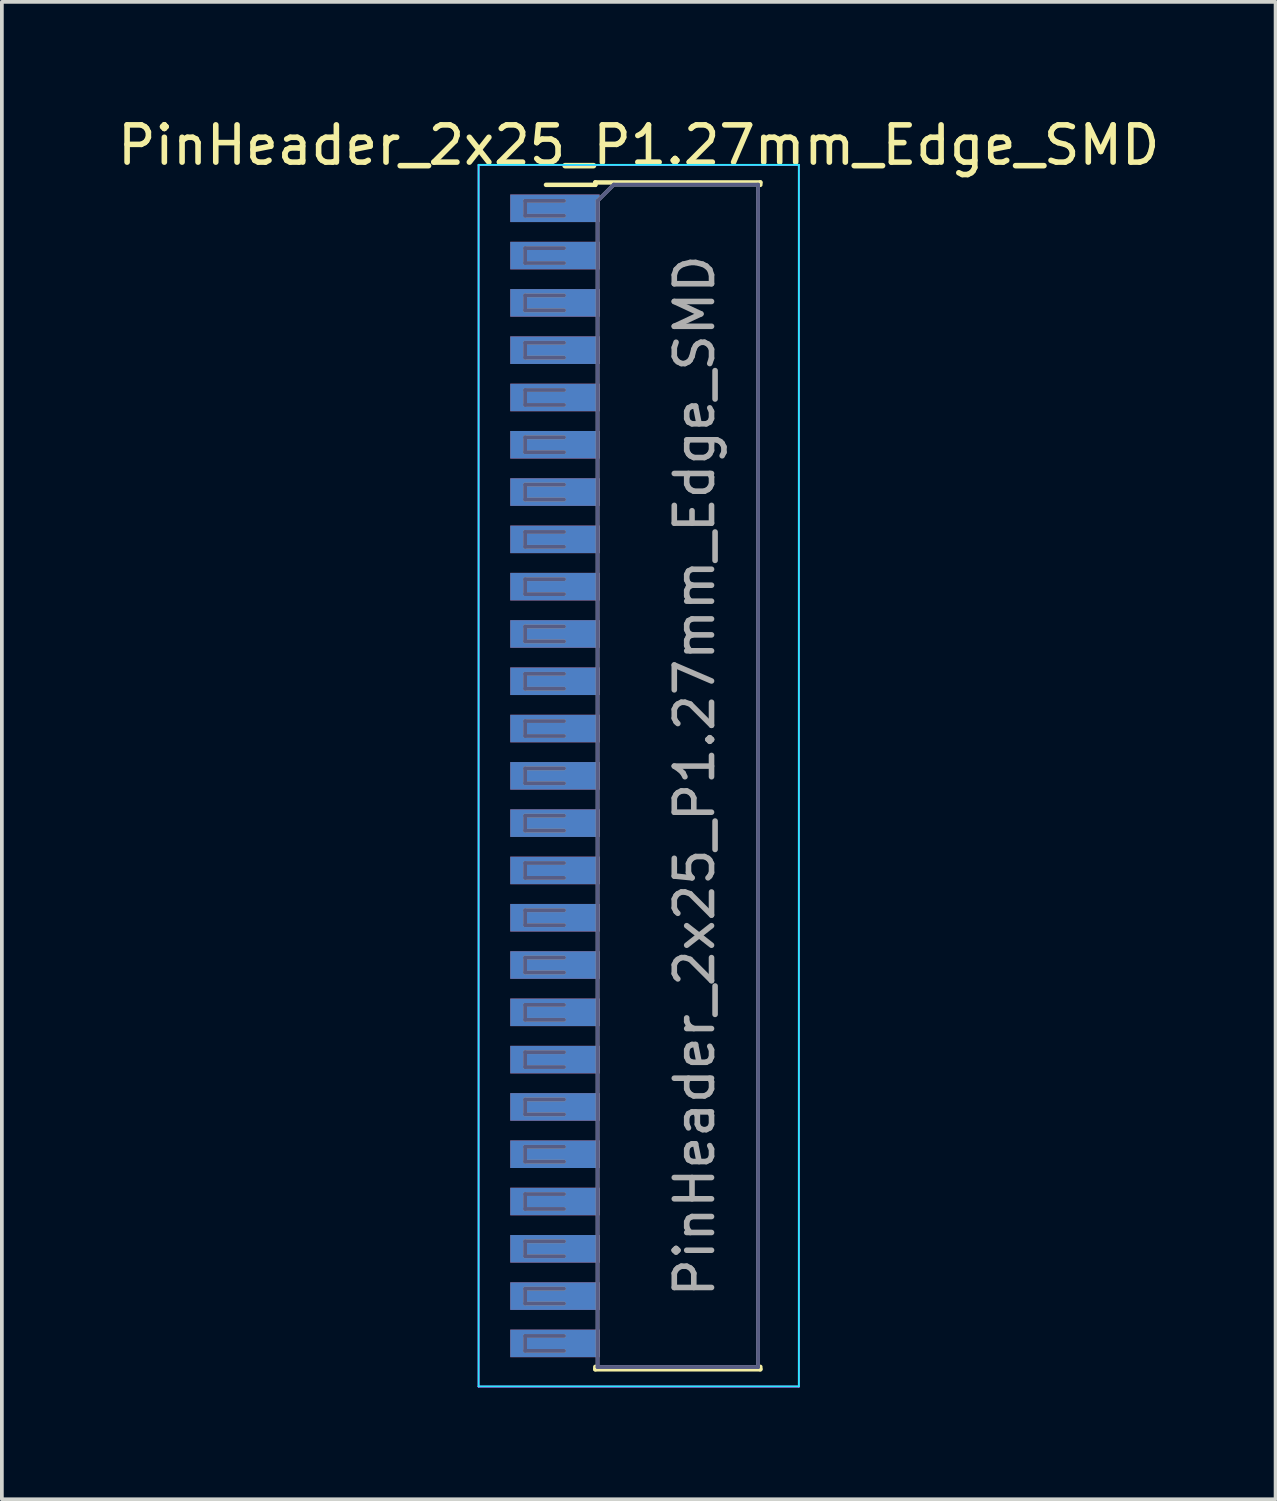
<source format=kicad_pcb>
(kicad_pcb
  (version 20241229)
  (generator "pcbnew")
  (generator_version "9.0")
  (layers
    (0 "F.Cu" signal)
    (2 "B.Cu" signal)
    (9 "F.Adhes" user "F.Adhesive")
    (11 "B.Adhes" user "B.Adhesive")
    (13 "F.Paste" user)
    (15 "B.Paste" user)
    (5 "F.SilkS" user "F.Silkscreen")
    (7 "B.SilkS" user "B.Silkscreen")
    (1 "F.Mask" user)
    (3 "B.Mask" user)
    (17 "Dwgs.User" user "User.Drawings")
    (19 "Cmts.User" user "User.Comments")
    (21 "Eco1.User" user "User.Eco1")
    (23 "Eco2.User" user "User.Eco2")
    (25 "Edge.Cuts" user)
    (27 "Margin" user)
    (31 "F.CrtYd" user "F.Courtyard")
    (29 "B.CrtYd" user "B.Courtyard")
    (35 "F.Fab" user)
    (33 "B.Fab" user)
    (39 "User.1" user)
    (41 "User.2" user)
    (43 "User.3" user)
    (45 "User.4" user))
  (footprint "PinHeader_2x25_P1.27mm_Edge_SMD"
    (layer "F.Cu")
    (at 14.101 17.783)
    (property "Reference" "PinHeader_2x25_P1.27mm_Edge_SMD" (at 0 -16.935 0) (layer "F.SilkS") (effects (font (size 1 1) (thickness 0.15))))
    (attr smd)
    (fp_line (start -2.49 -15.87) (end -1.165 -15.87) (stroke (width 0.12) (type solid)) (layer "F.SilkS"))
    (fp_line (start -1.165 -15.935) (end -1.165 -15.87) (stroke (width 0.12) (type solid)) (layer "F.SilkS"))
    (fp_line (start -1.165 -15.935) (end 3.265 -15.935) (stroke (width 0.12) (type solid)) (layer "F.SilkS"))
    (fp_line (start -1.165 15.87) (end -1.165 15.935) (stroke (width 0.12) (type solid)) (layer "F.SilkS"))
    (fp_line (start -1.165 15.935) (end 3.265 15.935) (stroke (width 0.12) (type solid)) (layer "F.SilkS"))
    (fp_line (start 3.265 -15.935) (end 3.265 -15.87) (stroke (width 0.12) (type solid)) (layer "F.SilkS"))
    (fp_line (start 3.265 15.87) (end 3.265 15.935) (stroke (width 0.12) (type solid)) (layer "F.SilkS"))
    (fp_line (start -4.3 -16.406) (end 4.3 -16.406) (stroke (width 0.05) (type solid)) (layer "B.CrtYd"))
    (fp_line (start -4.3 16.394) (end -4.3 -16.406) (stroke (width 0.05) (type solid)) (layer "B.CrtYd"))
    (fp_line (start 4.3 -16.406) (end 4.3 16.394) (stroke (width 0.05) (type solid)) (layer "B.CrtYd"))
    (fp_line (start 4.3 16.394) (end -4.3 16.394) (stroke (width 0.05) (type solid)) (layer "B.CrtYd"))
    (fp_line (start -4.3 -16.4) (end -4.3 16.4) (stroke (width 0.05) (type solid)) (layer "F.CrtYd"))
    (fp_line (start -4.3 16.4) (end 4.3 16.4) (stroke (width 0.05) (type solid)) (layer "F.CrtYd"))
    (fp_line (start 4.3 -16.4) (end -4.3 -16.4) (stroke (width 0.05) (type solid)) (layer "F.CrtYd"))
    (fp_line (start 4.3 16.4) (end 4.3 -16.4) (stroke (width 0.05) (type solid)) (layer "F.CrtYd"))
    (fp_line (start -3.05 -15.44) (end -3.05 -15.04) (stroke (width 0.1) (type solid)) (layer "B.Fab"))
    (fp_line (start -3.05 -15.04) (end -2.005 -15.04) (stroke (width 0.1) (type solid)) (layer "B.Fab"))
    (fp_line (start -3.05 -14.17) (end -3.05 -13.77) (stroke (width 0.1) (type solid)) (layer "B.Fab"))
    (fp_line (start -3.05 -13.77) (end -2.005 -13.77) (stroke (width 0.1) (type solid)) (layer "B.Fab"))
    (fp_line (start -3.05 -12.9) (end -3.05 -12.5) (stroke (width 0.1) (type solid)) (layer "B.Fab"))
    (fp_line (start -3.05 -12.5) (end -2.005 -12.5) (stroke (width 0.1) (type solid)) (layer "B.Fab"))
    (fp_line (start -3.05 -11.63) (end -3.05 -11.23) (stroke (width 0.1) (type solid)) (layer "B.Fab"))
    (fp_line (start -3.05 -11.23) (end -2.005 -11.23) (stroke (width 0.1) (type solid)) (layer "B.Fab"))
    (fp_line (start -3.05 -10.36) (end -3.05 -9.96) (stroke (width 0.1) (type solid)) (layer "B.Fab"))
    (fp_line (start -3.05 -9.96) (end -2.005 -9.96) (stroke (width 0.1) (type solid)) (layer "B.Fab"))
    (fp_line (start -3.05 -9.09) (end -3.05 -8.69) (stroke (width 0.1) (type solid)) (layer "B.Fab"))
    (fp_line (start -3.05 -8.69) (end -2.005 -8.69) (stroke (width 0.1) (type solid)) (layer "B.Fab"))
    (fp_line (start -3.05 -7.82) (end -3.05 -7.42) (stroke (width 0.1) (type solid)) (layer "B.Fab"))
    (fp_line (start -3.05 -7.42) (end -2.005 -7.42) (stroke (width 0.1) (type solid)) (layer "B.Fab"))
    (fp_line (start -3.05 -6.55) (end -3.05 -6.15) (stroke (width 0.1) (type solid)) (layer "B.Fab"))
    (fp_line (start -3.05 -6.15) (end -2.005 -6.15) (stroke (width 0.1) (type solid)) (layer "B.Fab"))
    (fp_line (start -3.05 -5.28) (end -3.05 -4.88) (stroke (width 0.1) (type solid)) (layer "B.Fab"))
    (fp_line (start -3.05 -4.88) (end -2.005 -4.88) (stroke (width 0.1) (type solid)) (layer "B.Fab"))
    (fp_line (start -3.05 -4.01) (end -3.05 -3.61) (stroke (width 0.1) (type solid)) (layer "B.Fab"))
    (fp_line (start -3.05 -3.61) (end -2.005 -3.61) (stroke (width 0.1) (type solid)) (layer "B.Fab"))
    (fp_line (start -3.05 -2.74) (end -3.05 -2.34) (stroke (width 0.1) (type solid)) (layer "B.Fab"))
    (fp_line (start -3.05 -2.34) (end -2.005 -2.34) (stroke (width 0.1) (type solid)) (layer "B.Fab"))
    (fp_line (start -3.05 -1.47) (end -3.05 -1.07) (stroke (width 0.1) (type solid)) (layer "B.Fab"))
    (fp_line (start -3.05 -1.07) (end -2.005 -1.07) (stroke (width 0.1) (type solid)) (layer "B.Fab"))
    (fp_line (start -3.05 -0.2) (end -3.05 0.2) (stroke (width 0.1) (type solid)) (layer "B.Fab"))
    (fp_line (start -3.05 0.2) (end -2.005 0.2) (stroke (width 0.1) (type solid)) (layer "B.Fab"))
    (fp_line (start -3.05 1.07) (end -3.05 1.47) (stroke (width 0.1) (type solid)) (layer "B.Fab"))
    (fp_line (start -3.05 1.47) (end -2.005 1.47) (stroke (width 0.1) (type solid)) (layer "B.Fab"))
    (fp_line (start -3.05 2.34) (end -3.05 2.74) (stroke (width 0.1) (type solid)) (layer "B.Fab"))
    (fp_line (start -3.05 2.74) (end -2.005 2.74) (stroke (width 0.1) (type solid)) (layer "B.Fab"))
    (fp_line (start -3.05 3.61) (end -3.05 4.01) (stroke (width 0.1) (type solid)) (layer "B.Fab"))
    (fp_line (start -3.05 4.01) (end -2.005 4.01) (stroke (width 0.1) (type solid)) (layer "B.Fab"))
    (fp_line (start -3.05 4.88) (end -3.05 5.28) (stroke (width 0.1) (type solid)) (layer "B.Fab"))
    (fp_line (start -3.05 5.28) (end -2.005 5.28) (stroke (width 0.1) (type solid)) (layer "B.Fab"))
    (fp_line (start -3.05 6.15) (end -3.05 6.55) (stroke (width 0.1) (type solid)) (layer "B.Fab"))
    (fp_line (start -3.05 6.55) (end -2.005 6.55) (stroke (width 0.1) (type solid)) (layer "B.Fab"))
    (fp_line (start -3.05 7.42) (end -3.05 7.82) (stroke (width 0.1) (type solid)) (layer "B.Fab"))
    (fp_line (start -3.05 7.82) (end -2.005 7.82) (stroke (width 0.1) (type solid)) (layer "B.Fab"))
    (fp_line (start -3.05 8.69) (end -3.05 9.09) (stroke (width 0.1) (type solid)) (layer "B.Fab"))
    (fp_line (start -3.05 9.09) (end -2.005 9.09) (stroke (width 0.1) (type solid)) (layer "B.Fab"))
    (fp_line (start -3.05 9.96) (end -3.05 10.36) (stroke (width 0.1) (type solid)) (layer "B.Fab"))
    (fp_line (start -3.05 10.36) (end -2.005 10.36) (stroke (width 0.1) (type solid)) (layer "B.Fab"))
    (fp_line (start -3.05 11.23) (end -3.05 11.63) (stroke (width 0.1) (type solid)) (layer "B.Fab"))
    (fp_line (start -3.05 11.63) (end -2.005 11.63) (stroke (width 0.1) (type solid)) (layer "B.Fab"))
    (fp_line (start -3.05 12.5) (end -3.05 12.9) (stroke (width 0.1) (type solid)) (layer "B.Fab"))
    (fp_line (start -3.05 12.9) (end -2.005 12.9) (stroke (width 0.1) (type solid)) (layer "B.Fab"))
    (fp_line (start -3.05 13.77) (end -3.05 14.17) (stroke (width 0.1) (type solid)) (layer "B.Fab"))
    (fp_line (start -3.05 14.17) (end -2.005 14.17) (stroke (width 0.1) (type solid)) (layer "B.Fab"))
    (fp_line (start -3.05 15.04) (end -3.05 15.44) (stroke (width 0.1) (type solid)) (layer "B.Fab"))
    (fp_line (start -3.05 15.44) (end -2.005 15.44) (stroke (width 0.1) (type solid)) (layer "B.Fab"))
    (fp_line (start -2.005 -15.44) (end -3.05 -15.44) (stroke (width 0.1) (type solid)) (layer "B.Fab"))
    (fp_line (start -2.005 -14.17) (end -3.05 -14.17) (stroke (width 0.1) (type solid)) (layer "B.Fab"))
    (fp_line (start -2.005 -12.9) (end -3.05 -12.9) (stroke (width 0.1) (type solid)) (layer "B.Fab"))
    (fp_line (start -2.005 -11.63) (end -3.05 -11.63) (stroke (width 0.1) (type solid)) (layer "B.Fab"))
    (fp_line (start -2.005 -10.36) (end -3.05 -10.36) (stroke (width 0.1) (type solid)) (layer "B.Fab"))
    (fp_line (start -2.005 -9.09) (end -3.05 -9.09) (stroke (width 0.1) (type solid)) (layer "B.Fab"))
    (fp_line (start -2.005 -7.82) (end -3.05 -7.82) (stroke (width 0.1) (type solid)) (layer "B.Fab"))
    (fp_line (start -2.005 -6.55) (end -3.05 -6.55) (stroke (width 0.1) (type solid)) (layer "B.Fab"))
    (fp_line (start -2.005 -5.28) (end -3.05 -5.28) (stroke (width 0.1) (type solid)) (layer "B.Fab"))
    (fp_line (start -2.005 -4.01) (end -3.05 -4.01) (stroke (width 0.1) (type solid)) (layer "B.Fab"))
    (fp_line (start -2.005 -2.74) (end -3.05 -2.74) (stroke (width 0.1) (type solid)) (layer "B.Fab"))
    (fp_line (start -2.005 -1.47) (end -3.05 -1.47) (stroke (width 0.1) (type solid)) (layer "B.Fab"))
    (fp_line (start -2.005 -0.2) (end -3.05 -0.2) (stroke (width 0.1) (type solid)) (layer "B.Fab"))
    (fp_line (start -2.005 1.07) (end -3.05 1.07) (stroke (width 0.1) (type solid)) (layer "B.Fab"))
    (fp_line (start -2.005 2.34) (end -3.05 2.34) (stroke (width 0.1) (type solid)) (layer "B.Fab"))
    (fp_line (start -2.005 3.61) (end -3.05 3.61) (stroke (width 0.1) (type solid)) (layer "B.Fab"))
    (fp_line (start -2.005 4.88) (end -3.05 4.88) (stroke (width 0.1) (type solid)) (layer "B.Fab"))
    (fp_line (start -2.005 6.15) (end -3.05 6.15) (stroke (width 0.1) (type solid)) (layer "B.Fab"))
    (fp_line (start -2.005 7.42) (end -3.05 7.42) (stroke (width 0.1) (type solid)) (layer "B.Fab"))
    (fp_line (start -2.005 8.69) (end -3.05 8.69) (stroke (width 0.1) (type solid)) (layer "B.Fab"))
    (fp_line (start -2.005 9.96) (end -3.05 9.96) (stroke (width 0.1) (type solid)) (layer "B.Fab"))
    (fp_line (start -2.005 11.23) (end -3.05 11.23) (stroke (width 0.1) (type solid)) (layer "B.Fab"))
    (fp_line (start -2.005 12.5) (end -3.05 12.5) (stroke (width 0.1) (type solid)) (layer "B.Fab"))
    (fp_line (start -2.005 13.77) (end -3.05 13.77) (stroke (width 0.1) (type solid)) (layer "B.Fab"))
    (fp_line (start -2.005 15.04) (end -3.05 15.04) (stroke (width 0.1) (type solid)) (layer "B.Fab"))
    (fp_line (start -1.105 -15.44) (end -1.105 15.875) (stroke (width 0.1) (type solid)) (layer "B.Fab"))
    (fp_line (start -1.105 15.875) (end 3.205 15.875) (stroke (width 0.1) (type solid)) (layer "B.Fab"))
    (fp_line (start -0.67 -15.875) (end -1.105 -15.44) (stroke (width 0.1) (type solid)) (layer "B.Fab"))
    (fp_line (start 3.205 -15.875) (end -0.67 -15.875) (stroke (width 0.1) (type solid)) (layer "B.Fab"))
    (fp_line (start 3.205 15.875) (end 3.205 -15.875) (stroke (width 0.1) (type solid)) (layer "B.Fab"))
    (fp_line (start -3.05 -15.44) (end -3.05 -15.04) (stroke (width 0.1) (type solid)) (layer "F.Fab"))
    (fp_line (start -3.05 -15.04) (end -2.005 -15.04) (stroke (width 0.1) (type solid)) (layer "F.Fab"))
    (fp_line (start -3.05 -14.17) (end -3.05 -13.77) (stroke (width 0.1) (type solid)) (layer "F.Fab"))
    (fp_line (start -3.05 -13.77) (end -2.005 -13.77) (stroke (width 0.1) (type solid)) (layer "F.Fab"))
    (fp_line (start -3.05 -12.9) (end -3.05 -12.5) (stroke (width 0.1) (type solid)) (layer "F.Fab"))
    (fp_line (start -3.05 -12.5) (end -2.005 -12.5) (stroke (width 0.1) (type solid)) (layer "F.Fab"))
    (fp_line (start -3.05 -11.63) (end -3.05 -11.23) (stroke (width 0.1) (type solid)) (layer "F.Fab"))
    (fp_line (start -3.05 -11.23) (end -2.005 -11.23) (stroke (width 0.1) (type solid)) (layer "F.Fab"))
    (fp_line (start -3.05 -10.36) (end -3.05 -9.96) (stroke (width 0.1) (type solid)) (layer "F.Fab"))
    (fp_line (start -3.05 -9.96) (end -2.005 -9.96) (stroke (width 0.1) (type solid)) (layer "F.Fab"))
    (fp_line (start -3.05 -9.09) (end -3.05 -8.69) (stroke (width 0.1) (type solid)) (layer "F.Fab"))
    (fp_line (start -3.05 -8.69) (end -2.005 -8.69) (stroke (width 0.1) (type solid)) (layer "F.Fab"))
    (fp_line (start -3.05 -7.82) (end -3.05 -7.42) (stroke (width 0.1) (type solid)) (layer "F.Fab"))
    (fp_line (start -3.05 -7.42) (end -2.005 -7.42) (stroke (width 0.1) (type solid)) (layer "F.Fab"))
    (fp_line (start -3.05 -6.55) (end -3.05 -6.15) (stroke (width 0.1) (type solid)) (layer "F.Fab"))
    (fp_line (start -3.05 -6.15) (end -2.005 -6.15) (stroke (width 0.1) (type solid)) (layer "F.Fab"))
    (fp_line (start -3.05 -5.28) (end -3.05 -4.88) (stroke (width 0.1) (type solid)) (layer "F.Fab"))
    (fp_line (start -3.05 -4.88) (end -2.005 -4.88) (stroke (width 0.1) (type solid)) (layer "F.Fab"))
    (fp_line (start -3.05 -4.01) (end -3.05 -3.61) (stroke (width 0.1) (type solid)) (layer "F.Fab"))
    (fp_line (start -3.05 -3.61) (end -2.005 -3.61) (stroke (width 0.1) (type solid)) (layer "F.Fab"))
    (fp_line (start -3.05 -2.74) (end -3.05 -2.34) (stroke (width 0.1) (type solid)) (layer "F.Fab"))
    (fp_line (start -3.05 -2.34) (end -2.005 -2.34) (stroke (width 0.1) (type solid)) (layer "F.Fab"))
    (fp_line (start -3.05 -1.47) (end -3.05 -1.07) (stroke (width 0.1) (type solid)) (layer "F.Fab"))
    (fp_line (start -3.05 -1.07) (end -2.005 -1.07) (stroke (width 0.1) (type solid)) (layer "F.Fab"))
    (fp_line (start -3.05 -0.2) (end -3.05 0.2) (stroke (width 0.1) (type solid)) (layer "F.Fab"))
    (fp_line (start -3.05 0.2) (end -2.005 0.2) (stroke (width 0.1) (type solid)) (layer "F.Fab"))
    (fp_line (start -3.05 1.07) (end -3.05 1.47) (stroke (width 0.1) (type solid)) (layer "F.Fab"))
    (fp_line (start -3.05 1.47) (end -2.005 1.47) (stroke (width 0.1) (type solid)) (layer "F.Fab"))
    (fp_line (start -3.05 2.34) (end -3.05 2.74) (stroke (width 0.1) (type solid)) (layer "F.Fab"))
    (fp_line (start -3.05 2.74) (end -2.005 2.74) (stroke (width 0.1) (type solid)) (layer "F.Fab"))
    (fp_line (start -3.05 3.61) (end -3.05 4.01) (stroke (width 0.1) (type solid)) (layer "F.Fab"))
    (fp_line (start -3.05 4.01) (end -2.005 4.01) (stroke (width 0.1) (type solid)) (layer "F.Fab"))
    (fp_line (start -3.05 4.88) (end -3.05 5.28) (stroke (width 0.1) (type solid)) (layer "F.Fab"))
    (fp_line (start -3.05 5.28) (end -2.005 5.28) (stroke (width 0.1) (type solid)) (layer "F.Fab"))
    (fp_line (start -3.05 6.15) (end -3.05 6.55) (stroke (width 0.1) (type solid)) (layer "F.Fab"))
    (fp_line (start -3.05 6.55) (end -2.005 6.55) (stroke (width 0.1) (type solid)) (layer "F.Fab"))
    (fp_line (start -3.05 7.42) (end -3.05 7.82) (stroke (width 0.1) (type solid)) (layer "F.Fab"))
    (fp_line (start -3.05 7.82) (end -2.005 7.82) (stroke (width 0.1) (type solid)) (layer "F.Fab"))
    (fp_line (start -3.05 8.69) (end -3.05 9.09) (stroke (width 0.1) (type solid)) (layer "F.Fab"))
    (fp_line (start -3.05 9.09) (end -2.005 9.09) (stroke (width 0.1) (type solid)) (layer "F.Fab"))
    (fp_line (start -3.05 9.96) (end -3.05 10.36) (stroke (width 0.1) (type solid)) (layer "F.Fab"))
    (fp_line (start -3.05 10.36) (end -2.005 10.36) (stroke (width 0.1) (type solid)) (layer "F.Fab"))
    (fp_line (start -3.05 11.23) (end -3.05 11.63) (stroke (width 0.1) (type solid)) (layer "F.Fab"))
    (fp_line (start -3.05 11.63) (end -2.005 11.63) (stroke (width 0.1) (type solid)) (layer "F.Fab"))
    (fp_line (start -3.05 12.5) (end -3.05 12.9) (stroke (width 0.1) (type solid)) (layer "F.Fab"))
    (fp_line (start -3.05 12.9) (end -2.005 12.9) (stroke (width 0.1) (type solid)) (layer "F.Fab"))
    (fp_line (start -3.05 13.77) (end -3.05 14.17) (stroke (width 0.1) (type solid)) (layer "F.Fab"))
    (fp_line (start -3.05 14.17) (end -2.005 14.17) (stroke (width 0.1) (type solid)) (layer "F.Fab"))
    (fp_line (start -3.05 15.04) (end -3.05 15.44) (stroke (width 0.1) (type solid)) (layer "F.Fab"))
    (fp_line (start -3.05 15.44) (end -2.005 15.44) (stroke (width 0.1) (type solid)) (layer "F.Fab"))
    (fp_line (start -2.005 -15.44) (end -3.05 -15.44) (stroke (width 0.1) (type solid)) (layer "F.Fab"))
    (fp_line (start -2.005 -14.17) (end -3.05 -14.17) (stroke (width 0.1) (type solid)) (layer "F.Fab"))
    (fp_line (start -2.005 -12.9) (end -3.05 -12.9) (stroke (width 0.1) (type solid)) (layer "F.Fab"))
    (fp_line (start -2.005 -11.63) (end -3.05 -11.63) (stroke (width 0.1) (type solid)) (layer "F.Fab"))
    (fp_line (start -2.005 -10.36) (end -3.05 -10.36) (stroke (width 0.1) (type solid)) (layer "F.Fab"))
    (fp_line (start -2.005 -9.09) (end -3.05 -9.09) (stroke (width 0.1) (type solid)) (layer "F.Fab"))
    (fp_line (start -2.005 -7.82) (end -3.05 -7.82) (stroke (width 0.1) (type solid)) (layer "F.Fab"))
    (fp_line (start -2.005 -6.55) (end -3.05 -6.55) (stroke (width 0.1) (type solid)) (layer "F.Fab"))
    (fp_line (start -2.005 -5.28) (end -3.05 -5.28) (stroke (width 0.1) (type solid)) (layer "F.Fab"))
    (fp_line (start -2.005 -4.01) (end -3.05 -4.01) (stroke (width 0.1) (type solid)) (layer "F.Fab"))
    (fp_line (start -2.005 -2.74) (end -3.05 -2.74) (stroke (width 0.1) (type solid)) (layer "F.Fab"))
    (fp_line (start -2.005 -1.47) (end -3.05 -1.47) (stroke (width 0.1) (type solid)) (layer "F.Fab"))
    (fp_line (start -2.005 -0.2) (end -3.05 -0.2) (stroke (width 0.1) (type solid)) (layer "F.Fab"))
    (fp_line (start -2.005 1.07) (end -3.05 1.07) (stroke (width 0.1) (type solid)) (layer "F.Fab"))
    (fp_line (start -2.005 2.34) (end -3.05 2.34) (stroke (width 0.1) (type solid)) (layer "F.Fab"))
    (fp_line (start -2.005 3.61) (end -3.05 3.61) (stroke (width 0.1) (type solid)) (layer "F.Fab"))
    (fp_line (start -2.005 4.88) (end -3.05 4.88) (stroke (width 0.1) (type solid)) (layer "F.Fab"))
    (fp_line (start -2.005 6.15) (end -3.05 6.15) (stroke (width 0.1) (type solid)) (layer "F.Fab"))
    (fp_line (start -2.005 7.42) (end -3.05 7.42) (stroke (width 0.1) (type solid)) (layer "F.Fab"))
    (fp_line (start -2.005 8.69) (end -3.05 8.69) (stroke (width 0.1) (type solid)) (layer "F.Fab"))
    (fp_line (start -2.005 9.96) (end -3.05 9.96) (stroke (width 0.1) (type solid)) (layer "F.Fab"))
    (fp_line (start -2.005 11.23) (end -3.05 11.23) (stroke (width 0.1) (type solid)) (layer "F.Fab"))
    (fp_line (start -2.005 12.5) (end -3.05 12.5) (stroke (width 0.1) (type solid)) (layer "F.Fab"))
    (fp_line (start -2.005 13.77) (end -3.05 13.77) (stroke (width 0.1) (type solid)) (layer "F.Fab"))
    (fp_line (start -2.005 15.04) (end -3.05 15.04) (stroke (width 0.1) (type solid)) (layer "F.Fab"))
    (fp_line (start -1.105 -15.44) (end -0.67 -15.875) (stroke (width 0.1) (type solid)) (layer "F.Fab"))
    (fp_line (start -1.105 15.875) (end -1.105 -15.44) (stroke (width 0.1) (type solid)) (layer "F.Fab"))
    (fp_line (start -0.67 -15.875) (end 3.205 -15.875) (stroke (width 0.1) (type solid)) (layer "F.Fab"))
    (fp_line (start 3.205 -15.875) (end 3.205 15.875) (stroke (width 0.1) (type solid)) (layer "F.Fab"))
    (fp_line (start 3.205 15.875) (end -1.105 15.875) (stroke (width 0.1) (type solid)) (layer "F.Fab"))
    (fp_text user "${REFERENCE}" (at 1.5 0 90) (layer "F.Fab") (effects (font (size 1 1) (thickness 0.15))))
    (pad "1" smd rect (at -2.25 -15.24) (size 2.4 0.74) (layers "F.Cu" "F.Mask" "F.Paste"))
    (pad "2" smd rect (at -2.25 -15.24 180) (size 2.4 0.74) (layers "B.Cu" "B.Mask" "B.Paste"))
    (pad "3" smd rect (at -2.25 -13.97) (size 2.4 0.74) (layers "F.Cu" "F.Mask" "F.Paste"))
    (pad "4" smd rect (at -2.25 -13.97 180) (size 2.4 0.74) (layers "B.Cu" "B.Mask" "B.Paste"))
    (pad "5" smd rect (at -2.25 -12.7) (size 2.4 0.74) (layers "F.Cu" "F.Mask" "F.Paste"))
    (pad "6" smd rect (at -2.25 -12.7 180) (size 2.4 0.74) (layers "B.Cu" "B.Mask" "B.Paste"))
    (pad "7" smd rect (at -2.25 -11.43) (size 2.4 0.74) (layers "F.Cu" "F.Mask" "F.Paste"))
    (pad "8" smd rect (at -2.25 -11.43 180) (size 2.4 0.74) (layers "B.Cu" "B.Mask" "B.Paste"))
    (pad "9" smd rect (at -2.25 -10.16) (size 2.4 0.74) (layers "F.Cu" "F.Mask" "F.Paste"))
    (pad "10" smd rect (at -2.25 -10.16 180) (size 2.4 0.74) (layers "B.Cu" "B.Mask" "B.Paste"))
    (pad "11" smd rect (at -2.25 -8.89) (size 2.4 0.74) (layers "F.Cu" "F.Mask" "F.Paste"))
    (pad "12" smd rect (at -2.25 -8.89 180) (size 2.4 0.74) (layers "B.Cu" "B.Mask" "B.Paste"))
    (pad "13" smd rect (at -2.25 -7.62) (size 2.4 0.74) (layers "F.Cu" "F.Mask" "F.Paste"))
    (pad "14" smd rect (at -2.25 -7.62 180) (size 2.4 0.74) (layers "B.Cu" "B.Mask" "B.Paste"))
    (pad "15" smd rect (at -2.25 -6.35) (size 2.4 0.74) (layers "F.Cu" "F.Mask" "F.Paste"))
    (pad "16" smd rect (at -2.25 -6.35 180) (size 2.4 0.74) (layers "B.Cu" "B.Mask" "B.Paste"))
    (pad "17" smd rect (at -2.25 -5.08) (size 2.4 0.74) (layers "F.Cu" "F.Mask" "F.Paste"))
    (pad "18" smd rect (at -2.25 -5.08 180) (size 2.4 0.74) (layers "B.Cu" "B.Mask" "B.Paste"))
    (pad "19" smd rect (at -2.25 -3.81) (size 2.4 0.74) (layers "F.Cu" "F.Mask" "F.Paste"))
    (pad "20" smd rect (at -2.25 -3.81 180) (size 2.4 0.74) (layers "B.Cu" "B.Mask" "B.Paste"))
    (pad "21" smd rect (at -2.25 -2.54) (size 2.4 0.74) (layers "F.Cu" "F.Mask" "F.Paste"))
    (pad "22" smd rect (at -2.25 -2.54 180) (size 2.4 0.74) (layers "B.Cu" "B.Mask" "B.Paste"))
    (pad "23" smd rect (at -2.25 -1.27) (size 2.4 0.74) (layers "F.Cu" "F.Mask" "F.Paste"))
    (pad "24" smd rect (at -2.25 -1.27 180) (size 2.4 0.74) (layers "B.Cu" "B.Mask" "B.Paste"))
    (pad "25" smd rect (at -2.25 0) (size 2.4 0.74) (layers "F.Cu" "F.Mask" "F.Paste"))
    (pad "26" smd rect (at -2.25 0 180) (size 2.4 0.74) (layers "B.Cu" "B.Mask" "B.Paste"))
    (pad "27" smd rect (at -2.25 1.27) (size 2.4 0.74) (layers "F.Cu" "F.Mask" "F.Paste"))
    (pad "28" smd rect (at -2.25 1.27 180) (size 2.4 0.74) (layers "B.Cu" "B.Mask" "B.Paste"))
    (pad "29" smd rect (at -2.25 2.54) (size 2.4 0.74) (layers "F.Cu" "F.Mask" "F.Paste"))
    (pad "30" smd rect (at -2.25 2.54 180) (size 2.4 0.74) (layers "B.Cu" "B.Mask" "B.Paste"))
    (pad "31" smd rect (at -2.25 3.81) (size 2.4 0.74) (layers "F.Cu" "F.Mask" "F.Paste"))
    (pad "32" smd rect (at -2.25 3.81 180) (size 2.4 0.74) (layers "B.Cu" "B.Mask" "B.Paste"))
    (pad "33" smd rect (at -2.25 5.08) (size 2.4 0.74) (layers "F.Cu" "F.Mask" "F.Paste"))
    (pad "34" smd rect (at -2.25 5.08 180) (size 2.4 0.74) (layers "B.Cu" "B.Mask" "B.Paste"))
    (pad "35" smd rect (at -2.25 6.35) (size 2.4 0.74) (layers "F.Cu" "F.Mask" "F.Paste"))
    (pad "36" smd rect (at -2.25 6.35 180) (size 2.4 0.74) (layers "B.Cu" "B.Mask" "B.Paste"))
    (pad "37" smd rect (at -2.25 7.62) (size 2.4 0.74) (layers "F.Cu" "F.Mask" "F.Paste"))
    (pad "38" smd rect (at -2.25 7.62 180) (size 2.4 0.74) (layers "B.Cu" "B.Mask" "B.Paste"))
    (pad "39" smd rect (at -2.25 8.89) (size 2.4 0.74) (layers "F.Cu" "F.Mask" "F.Paste"))
    (pad "40" smd rect (at -2.25 8.89 180) (size 2.4 0.74) (layers "B.Cu" "B.Mask" "B.Paste"))
    (pad "41" smd rect (at -2.25 10.16) (size 2.4 0.74) (layers "F.Cu" "F.Mask" "F.Paste"))
    (pad "42" smd rect (at -2.25 10.16 180) (size 2.4 0.74) (layers "B.Cu" "B.Mask" "B.Paste"))
    (pad "43" smd rect (at -2.25 11.43) (size 2.4 0.74) (layers "F.Cu" "F.Mask" "F.Paste"))
    (pad "44" smd rect (at -2.25 11.43 180) (size 2.4 0.74) (layers "B.Cu" "B.Mask" "B.Paste"))
    (pad "45" smd rect (at -2.25 12.7) (size 2.4 0.74) (layers "F.Cu" "F.Mask" "F.Paste"))
    (pad "46" smd rect (at -2.25 12.7 180) (size 2.4 0.74) (layers "B.Cu" "B.Mask" "B.Paste"))
    (pad "47" smd rect (at -2.25 13.97) (size 2.4 0.74) (layers "F.Cu" "F.Mask" "F.Paste"))
    (pad "48" smd rect (at -2.25 13.97 180) (size 2.4 0.74) (layers "B.Cu" "B.Mask" "B.Paste"))
    (pad "49" smd rect (at -2.25 15.24) (size 2.4 0.74) (layers "F.Cu" "F.Mask" "F.Paste"))
    (pad "50" smd rect (at -2.25 15.24 180) (size 2.4 0.74) (layers "B.Cu" "B.Mask" "B.Paste")))
  (gr_rect
    (start -3 -3)
    (end 31.202 37.208)
    (stroke (width 0.1) (type default))
    (fill no)
    (layer "Edge.Cuts")))
</source>
